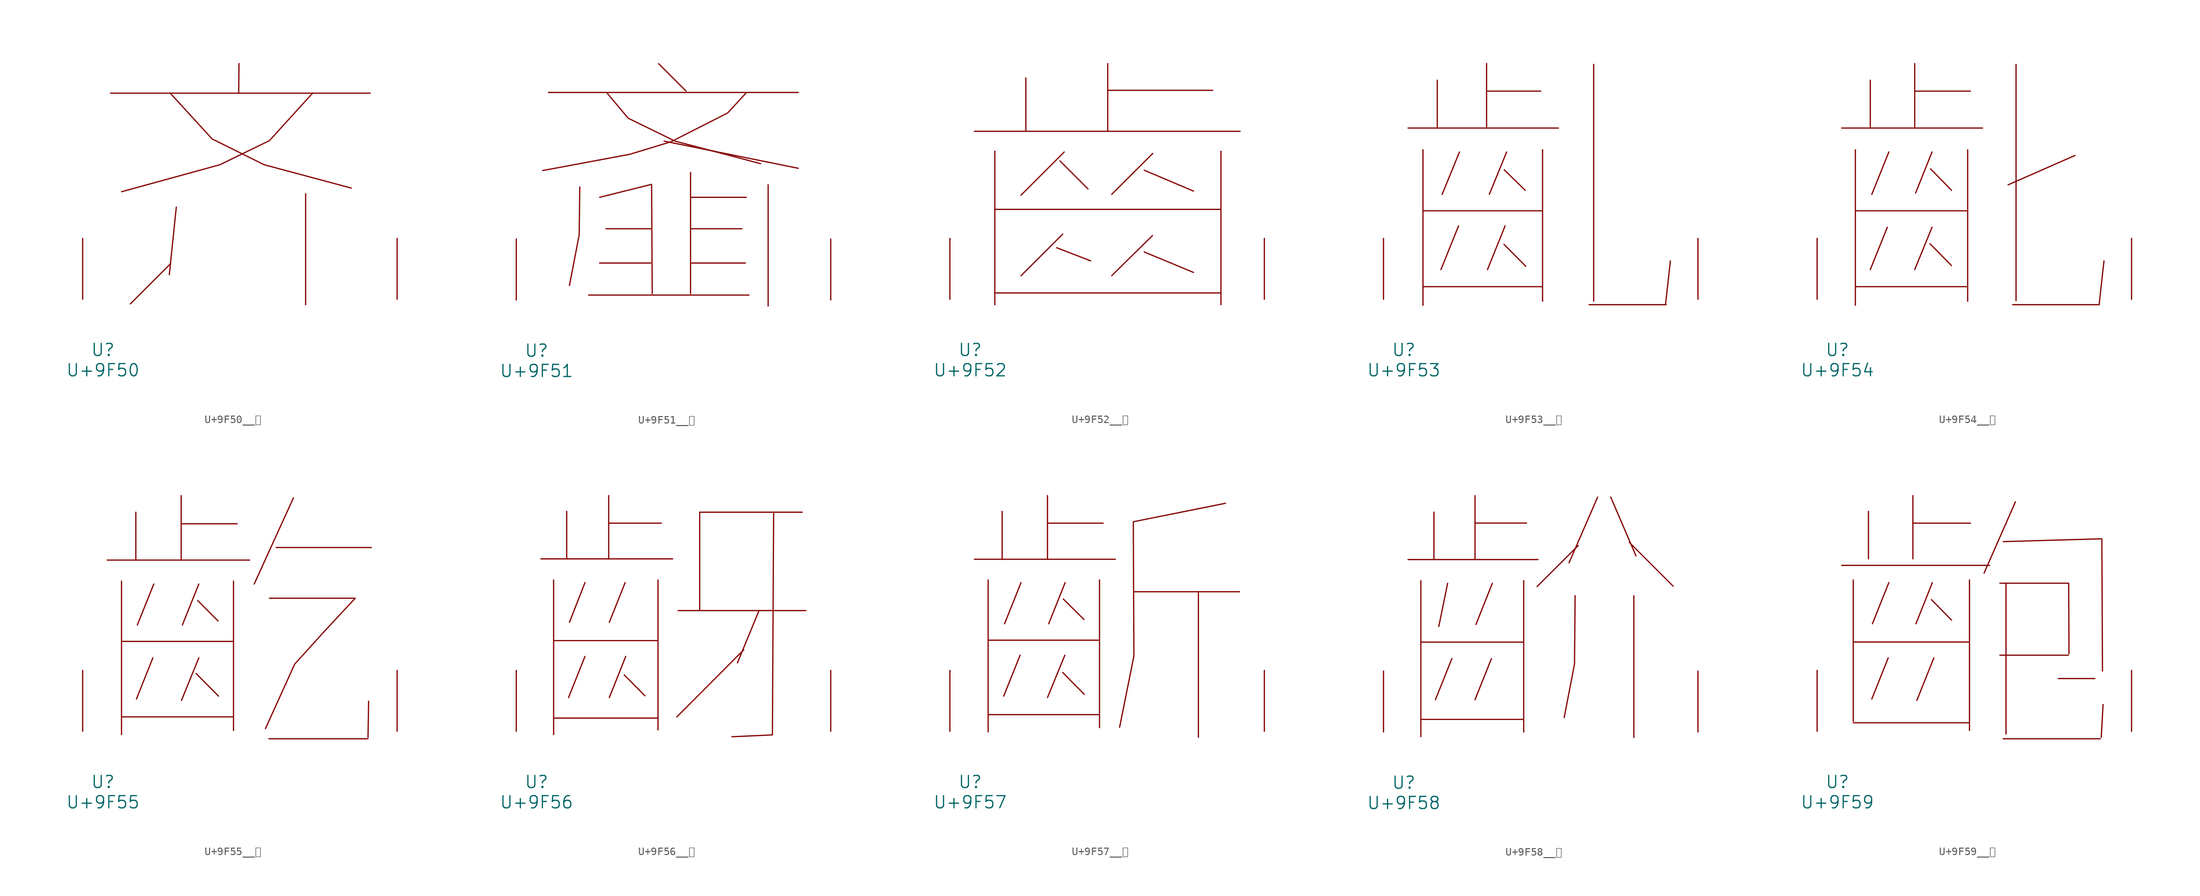
<source format=kicad_sym>
(kicad_symbol_lib
  (version 20231120)
  (generator "kicad_symbol_editor")
  (generator_version "8.0")
  (symbol "U+9F50__齐"
    (pin_names
      (offset 1.016))
    (property "Reference" "U"
      (at 0 -6.35 0)
      (effects (font (size 1.524 1.524))))
    (property "Value" "U+9F50"
      (at 0 -8.89 0)
      (effects (font (size 1.524 1.524))))
    (symbol "U+9F50__齐_0_1"
      (polyline (pts (xy 0.953 25.806) (xy 33.452 25.806)) (stroke (width 0) (type solid)) (fill (type none)))
      (polyline (pts (xy 8.458 4.445) (xy 3.429 -0.584)) (stroke (width 0) (type solid)) (fill (type none)))
      (polyline (pts (xy 9.182 11.532) (xy 8.306 3.073)) (stroke (width 0) (type solid)) (fill (type none)))
      (polyline (pts (xy 17.031 29.515) (xy 16.993 25.806)) (stroke (width 0) (type solid)) (fill (type none)))
      (polyline (pts (xy 25.375 13.208) (xy 25.375 -0.686)) (stroke (width 0) (type solid)) (fill (type none)))
      (polyline (pts (xy 8.42 25.806) (xy 13.678 20.066) (xy 20.193 16.84) (xy 31.09 13.919)) (stroke (width 0) (type solid)) (fill (type none)))
      (polyline (pts (xy 26.251 25.806) (xy 20.841 19.863) (xy 14.63 16.84) (xy 2.324 13.462)) (stroke (width 0) (type solid)) (fill (type none)))
      (pin input line (at -2.54 0 90) (length 7.62) (name "~" (effects (font (size 1.27 1.27)))) (number "~" (effects (font (size 1.27 1.27)))))
      (pin input line (at 36.83 0 90) (length 7.62) (name "~" (effects (font (size 1.27 1.27)))) (number "~" (effects (font (size 1.27 1.27)))))))
  (symbol "U+9F51__齑"
    (pin_names
      (offset 1.016))
    (property "Reference" "U"
      (at 0 -6.35 0)
      (effects (font (size 1.524 1.524))))
    (property "Value" "U+9F51"
      (at 0 -8.89 0)
      (effects (font (size 1.524 1.524))))
    (symbol "U+9F51__齑_0_1"
      (polyline (pts (xy 1.486 25.984) (xy 32.766 25.984)) (stroke (width 0) (type solid)) (fill (type none)))
      (polyline (pts (xy 6.515 0.61) (xy 26.594 0.61)) (stroke (width 0) (type solid)) (fill (type none)))
      (polyline (pts (xy 7.887 4.623) (xy 14.287 4.623)) (stroke (width 0) (type solid)) (fill (type none)))
      (polyline (pts (xy 8.687 8.915) (xy 14.287 8.915)) (stroke (width 0) (type solid)) (fill (type none)))
      (polyline (pts (xy 15.278 29.591) (xy 18.707 26.162)) (stroke (width 0) (type solid)) (fill (type none)))
      (polyline (pts (xy 15.964 19.888) (xy 32.766 16.485)) (stroke (width 0) (type solid)) (fill (type none)))
      (polyline (pts (xy 19.279 4.623) (xy 26.137 4.623)) (stroke (width 0) (type solid)) (fill (type none)))
      (polyline (pts (xy 19.279 8.915) (xy 25.718 8.915)) (stroke (width 0) (type solid)) (fill (type none)))
      (polyline (pts (xy 19.279 12.852) (xy 26.251 12.852)) (stroke (width 0) (type solid)) (fill (type none)))
      (polyline (pts (xy 19.279 15.977) (xy 19.279 0.787)) (stroke (width 0) (type solid)) (fill (type none)))
      (polyline (pts (xy 28.994 14.427) (xy 28.994 -0.762)) (stroke (width 0) (type solid)) (fill (type none)))
      (polyline (pts (xy 5.41 14.148) (xy 5.334 8.153) (xy 4.115 1.803)) (stroke (width 0) (type solid)) (fill (type none)))
      (polyline (pts (xy 7.887 12.852) (xy 14.402 14.478) (xy 14.478 0.787)) (stroke (width 0) (type solid)) (fill (type none)))
      (polyline (pts (xy 8.763 25.984) (xy 11.468 22.758) (xy 17.335 19.888) (xy 28.042 17.069)) (stroke (width 0) (type solid)) (fill (type none)))
      (polyline (pts (xy 26.289 25.984) (xy 23.927 23.419) (xy 16.84 19.812) (xy 11.659 18.237) (xy 0.762 16.205)) (stroke (width 0) (type solid)) (fill (type none)))
      (pin input line (at -2.54 0 90) (length 7.62) (name "~" (effects (font (size 1.27 1.27)))) (number "~" (effects (font (size 1.27 1.27)))))
      (pin input line (at 36.83 0 90) (length 7.62) (name "~" (effects (font (size 1.27 1.27)))) (number "~" (effects (font (size 1.27 1.27)))))))
  (symbol "U+9F52__齒"
    (pin_names
      (offset 1.016))
    (property "Reference" "U"
      (at 0 -6.35 0)
      (effects (font (size 1.524 1.524))))
    (property "Value" "U+9F52"
      (at 0 -8.89 0)
      (effects (font (size 1.524 1.524))))
    (symbol "U+9F52__齒_0_1"
      (polyline (pts (xy 0.533 21.031) (xy 33.795 21.031)) (stroke (width 0) (type solid)) (fill (type none)))
      (polyline (pts (xy 3.086 0.787) (xy 31.394 0.787)) (stroke (width 0) (type solid)) (fill (type none)))
      (polyline (pts (xy 3.086 11.252) (xy 31.394 11.252)) (stroke (width 0) (type solid)) (fill (type none)))
      (polyline (pts (xy 3.086 18.542) (xy 3.086 -0.686)) (stroke (width 0) (type solid)) (fill (type none)))
      (polyline (pts (xy 6.972 27.711) (xy 6.972 21.133)) (stroke (width 0) (type solid)) (fill (type none)))
      (polyline (pts (xy 10.82 6.452) (xy 15.088 4.801)) (stroke (width 0) (type solid)) (fill (type none)))
      (polyline (pts (xy 11.239 17.323) (xy 14.745 13.818)) (stroke (width 0) (type solid)) (fill (type none)))
      (polyline (pts (xy 11.582 8.153) (xy 6.363 2.946)) (stroke (width 0) (type solid)) (fill (type none)))
      (polyline (pts (xy 11.773 18.44) (xy 6.363 13.03)) (stroke (width 0) (type solid)) (fill (type none)))
      (polyline (pts (xy 17.221 26.162) (xy 30.366 26.162)) (stroke (width 0) (type solid)) (fill (type none)))
      (polyline (pts (xy 17.221 29.515) (xy 17.221 21.133)) (stroke (width 0) (type solid)) (fill (type none)))
      (polyline (pts (xy 21.793 5.918) (xy 27.965 3.353)) (stroke (width 0) (type solid)) (fill (type none)))
      (polyline (pts (xy 21.793 16.154) (xy 27.965 13.538)) (stroke (width 0) (type solid)) (fill (type none)))
      (polyline (pts (xy 22.822 7.976) (xy 17.716 2.946)) (stroke (width 0) (type solid)) (fill (type none)))
      (polyline (pts (xy 22.86 18.263) (xy 17.716 13.132)) (stroke (width 0) (type solid)) (fill (type none)))
      (polyline (pts (xy 31.394 18.542) (xy 31.394 -0.686)) (stroke (width 0) (type solid)) (fill (type none)))
      (pin input line (at -2.54 0 90) (length 7.62) (name "~" (effects (font (size 1.27 1.27)))) (number "~" (effects (font (size 1.27 1.27)))))
      (pin input line (at 36.83 0 90) (length 7.62) (name "~" (effects (font (size 1.27 1.27)))) (number "~" (effects (font (size 1.27 1.27)))))))
  (symbol "U+9F53__齓"
    (pin_names
      (offset 1.016))
    (property "Reference" "U"
      (at 0 -6.35 0)
      (effects (font (size 1.524 1.524))))
    (property "Value" "U+9F53"
      (at 0 -8.89 0)
      (effects (font (size 1.524 1.524))))
    (symbol "U+9F53__齓_0_1"
      (polyline (pts (xy 0.533 21.438) (xy 19.355 21.438)) (stroke (width 0) (type solid)) (fill (type none)))
      (polyline (pts (xy 2.4 1.575) (xy 17.374 1.575)) (stroke (width 0) (type solid)) (fill (type none)))
      (polyline (pts (xy 2.4 11.074) (xy 17.374 11.074)) (stroke (width 0) (type solid)) (fill (type none)))
      (polyline (pts (xy 2.4 18.72) (xy 2.4 -0.762)) (stroke (width 0) (type solid)) (fill (type none)))
      (polyline (pts (xy 4.191 27.432) (xy 4.191 21.438)) (stroke (width 0) (type solid)) (fill (type none)))
      (polyline (pts (xy 6.858 9.195) (xy 4.648 3.708)) (stroke (width 0) (type solid)) (fill (type none)))
      (polyline (pts (xy 6.972 18.44) (xy 4.801 13.132)) (stroke (width 0) (type solid)) (fill (type none)))
      (polyline (pts (xy 10.363 26.06) (xy 17.145 26.06)) (stroke (width 0) (type solid)) (fill (type none)))
      (polyline (pts (xy 10.363 29.515) (xy 10.363 21.438)) (stroke (width 0) (type solid)) (fill (type none)))
      (polyline (pts (xy 12.535 6.883) (xy 15.278 4.115)) (stroke (width 0) (type solid)) (fill (type none)))
      (polyline (pts (xy 12.573 16.205) (xy 15.202 13.64)) (stroke (width 0) (type solid)) (fill (type none)))
      (polyline (pts (xy 12.687 9.195) (xy 10.477 3.708)) (stroke (width 0) (type solid)) (fill (type none)))
      (polyline (pts (xy 12.878 18.44) (xy 10.706 13.132)) (stroke (width 0) (type solid)) (fill (type none)))
      (polyline (pts (xy 17.374 18.72) (xy 17.374 -0.254)) (stroke (width 0) (type solid)) (fill (type none)))
      (polyline (pts (xy 23.203 -0.686) (xy 32.842 -0.686)) (stroke (width 0) (type solid)) (fill (type none)))
      (polyline (pts (xy 23.774 29.413) (xy 23.774 -0.254)) (stroke (width 0) (type solid)) (fill (type none)))
      (polyline (pts (xy 33.376 4.801) (xy 32.766 -0.686)) (stroke (width 0) (type solid)) (fill (type none)))
      (pin input line (at -2.54 0 90) (length 7.62) (name "~" (effects (font (size 1.27 1.27)))) (number "~" (effects (font (size 1.27 1.27)))))
      (pin input line (at 36.83 0 90) (length 7.62) (name "~" (effects (font (size 1.27 1.27)))) (number "~" (effects (font (size 1.27 1.27)))))))
  (symbol "U+9F54__齔"
    (pin_names
      (offset 1.016))
    (property "Reference" "U"
      (at 0 -6.35 0)
      (effects (font (size 1.524 1.524))))
    (property "Value" "U+9F54"
      (at 0 -8.89 0)
      (effects (font (size 1.524 1.524))))
    (symbol "U+9F54__齔_0_1"
      (polyline (pts (xy 0.533 21.438) (xy 18.174 21.438)) (stroke (width 0) (type solid)) (fill (type none)))
      (polyline (pts (xy 2.248 1.575) (xy 16.192 1.575)) (stroke (width 0) (type solid)) (fill (type none)))
      (polyline (pts (xy 2.248 11.074) (xy 16.192 11.074)) (stroke (width 0) (type solid)) (fill (type none)))
      (polyline (pts (xy 2.248 18.72) (xy 2.248 -0.762)) (stroke (width 0) (type solid)) (fill (type none)))
      (polyline (pts (xy 4.115 27.432) (xy 4.115 21.438)) (stroke (width 0) (type solid)) (fill (type none)))
      (polyline (pts (xy 6.248 9.017) (xy 4.115 3.708)) (stroke (width 0) (type solid)) (fill (type none)))
      (polyline (pts (xy 6.439 18.44) (xy 4.305 13.132)) (stroke (width 0) (type solid)) (fill (type none)))
      (polyline (pts (xy 9.677 26.06) (xy 16.65 26.06)) (stroke (width 0) (type solid)) (fill (type none)))
      (polyline (pts (xy 9.677 29.515) (xy 9.677 21.438)) (stroke (width 0) (type solid)) (fill (type none)))
      (polyline (pts (xy 11.582 6.96) (xy 14.287 4.216)) (stroke (width 0) (type solid)) (fill (type none)))
      (polyline (pts (xy 11.659 16.332) (xy 14.287 13.64)) (stroke (width 0) (type solid)) (fill (type none)))
      (polyline (pts (xy 11.849 9.017) (xy 9.677 3.708)) (stroke (width 0) (type solid)) (fill (type none)))
      (polyline (pts (xy 11.849 18.44) (xy 9.792 13.31)) (stroke (width 0) (type solid)) (fill (type none)))
      (polyline (pts (xy 16.307 18.72) (xy 16.307 -0.254)) (stroke (width 0) (type solid)) (fill (type none)))
      (polyline (pts (xy 21.946 -0.686) (xy 32.766 -0.686)) (stroke (width 0) (type solid)) (fill (type none)))
      (polyline (pts (xy 22.365 29.413) (xy 22.365 -0.178)) (stroke (width 0) (type solid)) (fill (type none)))
      (polyline (pts (xy 29.756 18.009) (xy 21.374 14.326)) (stroke (width 0) (type solid)) (fill (type none)))
      (polyline (pts (xy 33.376 4.801) (xy 32.766 -0.686)) (stroke (width 0) (type solid)) (fill (type none)))
      (pin input line (at -2.54 0 90) (length 7.62) (name "~" (effects (font (size 1.27 1.27)))) (number "~" (effects (font (size 1.27 1.27)))))
      (pin input line (at 36.83 0 90) (length 7.62) (name "~" (effects (font (size 1.27 1.27)))) (number "~" (effects (font (size 1.27 1.27)))))))
  (symbol "U+9F55__齕"
    (pin_names
      (offset 1.016))
    (property "Reference" "U"
      (at 0 -6.35 0)
      (effects (font (size 1.524 1.524))))
    (property "Value" "U+9F55"
      (at 0 -8.89 0)
      (effects (font (size 1.524 1.524))))
    (symbol "U+9F55__齕_0_1"
      (polyline (pts (xy 0.533 21.438) (xy 18.364 21.438)) (stroke (width 0) (type solid)) (fill (type none)))
      (polyline (pts (xy 2.324 1.803) (xy 16.345 1.803)) (stroke (width 0) (type solid)) (fill (type none)))
      (polyline (pts (xy 2.324 11.252) (xy 16.345 11.252)) (stroke (width 0) (type solid)) (fill (type none)))
      (polyline (pts (xy 2.324 18.796) (xy 2.324 -0.406)) (stroke (width 0) (type solid)) (fill (type none)))
      (polyline (pts (xy 4.115 27.432) (xy 4.115 21.539)) (stroke (width 0) (type solid)) (fill (type none)))
      (polyline (pts (xy 6.248 9.195) (xy 4.191 4.039)) (stroke (width 0) (type solid)) (fill (type none)))
      (polyline (pts (xy 6.363 18.44) (xy 4.305 13.31)) (stroke (width 0) (type solid)) (fill (type none)))
      (polyline (pts (xy 9.792 25.984) (xy 16.802 25.984)) (stroke (width 0) (type solid)) (fill (type none)))
      (polyline (pts (xy 9.792 29.515) (xy 9.792 21.539)) (stroke (width 0) (type solid)) (fill (type none)))
      (polyline (pts (xy 11.659 7.239) (xy 14.478 4.394)) (stroke (width 0) (type solid)) (fill (type none)))
      (polyline (pts (xy 11.849 16.383) (xy 14.402 13.818)) (stroke (width 0) (type solid)) (fill (type none)))
      (polyline (pts (xy 12.002 9.195) (xy 9.83 3.861)) (stroke (width 0) (type solid)) (fill (type none)))
      (polyline (pts (xy 12.002 18.44) (xy 9.944 13.31)) (stroke (width 0) (type solid)) (fill (type none)))
      (polyline (pts (xy 16.345 18.796) (xy 16.345 0.102)) (stroke (width 0) (type solid)) (fill (type none)))
      (polyline (pts (xy 20.765 -0.94) (xy 33.185 -0.94)) (stroke (width 0) (type solid)) (fill (type none)))
      (polyline (pts (xy 21.679 23.012) (xy 33.604 23.012)) (stroke (width 0) (type solid)) (fill (type none)))
      (polyline (pts (xy 23.851 29.235) (xy 18.936 18.44)) (stroke (width 0) (type solid)) (fill (type none)))
      (polyline (pts (xy 33.261 3.759) (xy 33.185 -0.762)) (stroke (width 0) (type solid)) (fill (type none)))
      (polyline (pts (xy 20.841 16.662) (xy 31.585 16.662) (xy 27.661 12.446) (xy 24.003 8.407) (xy 20.345 0.33)) (stroke (width 0) (type solid)) (fill (type none)))
      (pin input line (at -2.54 0 90) (length 7.62) (name "~" (effects (font (size 1.27 1.27)))) (number "~" (effects (font (size 1.27 1.27)))))
      (pin input line (at 36.83 0 90) (length 7.62) (name "~" (effects (font (size 1.27 1.27)))) (number "~" (effects (font (size 1.27 1.27)))))))
  (symbol "U+9F56__齖"
    (pin_names
      (offset 1.016))
    (property "Reference" "U"
      (at 0 -6.35 0)
      (effects (font (size 1.524 1.524))))
    (property "Value" "U+9F56"
      (at 0 -8.89 0)
      (effects (font (size 1.524 1.524))))
    (symbol "U+9F56__齖_0_1"
      (polyline (pts (xy 0.533 21.59) (xy 17.031 21.59)) (stroke (width 0) (type solid)) (fill (type none)))
      (polyline (pts (xy 2.134 1.651) (xy 15.202 1.651)) (stroke (width 0) (type solid)) (fill (type none)))
      (polyline (pts (xy 2.134 11.354) (xy 15.202 11.354)) (stroke (width 0) (type solid)) (fill (type none)))
      (polyline (pts (xy 2.134 18.948) (xy 2.134 -0.406)) (stroke (width 0) (type solid)) (fill (type none)))
      (polyline (pts (xy 3.772 27.534) (xy 3.772 21.59)) (stroke (width 0) (type solid)) (fill (type none)))
      (polyline (pts (xy 6.058 9.373) (xy 4 4.216)) (stroke (width 0) (type solid)) (fill (type none)))
      (polyline (pts (xy 6.058 18.618) (xy 4.115 13.64)) (stroke (width 0) (type solid)) (fill (type none)))
      (polyline (pts (xy 9.03 26.06) (xy 15.621 26.06)) (stroke (width 0) (type solid)) (fill (type none)))
      (polyline (pts (xy 9.03 29.515) (xy 9.03 21.59)) (stroke (width 0) (type solid)) (fill (type none)))
      (polyline (pts (xy 10.973 7.061) (xy 13.564 4.445)) (stroke (width 0) (type solid)) (fill (type none)))
      (polyline (pts (xy 11.087 18.618) (xy 9.106 13.64)) (stroke (width 0) (type solid)) (fill (type none)))
      (polyline (pts (xy 11.163 9.373) (xy 9.106 4.216)) (stroke (width 0) (type solid)) (fill (type none)))
      (polyline (pts (xy 15.202 18.948) (xy 15.202 0.178)) (stroke (width 0) (type solid)) (fill (type none)))
      (polyline (pts (xy 17.716 15.113) (xy 33.718 15.113)) (stroke (width 0) (type solid)) (fill (type none)))
      (polyline (pts (xy 20.422 27.432) (xy 20.422 15.113)) (stroke (width 0) (type solid)) (fill (type none)))
      (polyline (pts (xy 20.422 27.432) (xy 33.261 27.432)) (stroke (width 0) (type solid)) (fill (type none)))
      (polyline (pts (xy 25.946 10.211) (xy 17.564 1.803)) (stroke (width 0) (type solid)) (fill (type none)))
      (polyline (pts (xy 27.851 15.113) (xy 25.146 8.56)) (stroke (width 0) (type solid)) (fill (type none)))
      (polyline (pts (xy 29.68 27.432) (xy 29.527 -0.457) (xy 24.46 -0.686)) (stroke (width 0) (type solid)) (fill (type none)))
      (pin input line (at -2.54 0 90) (length 7.62) (name "~" (effects (font (size 1.27 1.27)))) (number "~" (effects (font (size 1.27 1.27)))))
      (pin input line (at 36.83 0 90) (length 7.62) (name "~" (effects (font (size 1.27 1.27)))) (number "~" (effects (font (size 1.27 1.27)))))))
  (symbol "U+9F57__齗"
    (pin_names
      (offset 1.016))
    (property "Reference" "U"
      (at 0 -6.35 0)
      (effects (font (size 1.524 1.524))))
    (property "Value" "U+9F57"
      (at 0 -8.89 0)
      (effects (font (size 1.524 1.524))))
    (symbol "U+9F57__齗_0_1"
      (polyline (pts (xy 0.533 21.539) (xy 18.174 21.539)) (stroke (width 0) (type solid)) (fill (type none)))
      (polyline (pts (xy 2.248 2.083) (xy 16.116 2.083)) (stroke (width 0) (type solid)) (fill (type none)))
      (polyline (pts (xy 2.248 11.405) (xy 16.116 11.405)) (stroke (width 0) (type solid)) (fill (type none)))
      (polyline (pts (xy 2.248 18.948) (xy 2.248 -0.076)) (stroke (width 0) (type solid)) (fill (type none)))
      (polyline (pts (xy 4 27.534) (xy 4 21.59)) (stroke (width 0) (type solid)) (fill (type none)))
      (polyline (pts (xy 6.248 9.525) (xy 4.191 4.394)) (stroke (width 0) (type solid)) (fill (type none)))
      (polyline (pts (xy 6.363 18.618) (xy 4.305 13.462)) (stroke (width 0) (type solid)) (fill (type none)))
      (polyline (pts (xy 9.677 26.06) (xy 16.65 26.06)) (stroke (width 0) (type solid)) (fill (type none)))
      (polyline (pts (xy 9.677 29.515) (xy 9.677 21.59)) (stroke (width 0) (type solid)) (fill (type none)))
      (polyline (pts (xy 11.582 7.366) (xy 14.287 4.623)) (stroke (width 0) (type solid)) (fill (type none)))
      (polyline (pts (xy 11.659 16.561) (xy 14.249 13.995)) (stroke (width 0) (type solid)) (fill (type none)))
      (polyline (pts (xy 11.849 9.525) (xy 9.677 4.216)) (stroke (width 0) (type solid)) (fill (type none)))
      (polyline (pts (xy 11.887 18.618) (xy 9.83 13.462)) (stroke (width 0) (type solid)) (fill (type none)))
      (polyline (pts (xy 16.192 18.948) (xy 16.192 0.457)) (stroke (width 0) (type solid)) (fill (type none)))
      (polyline (pts (xy 20.574 17.475) (xy 33.718 17.475)) (stroke (width 0) (type solid)) (fill (type none)))
      (polyline (pts (xy 28.575 17.475) (xy 28.575 -0.762)) (stroke (width 0) (type solid)) (fill (type none)))
      (polyline (pts (xy 31.966 28.55) (xy 20.422 26.238) (xy 20.498 9.423) (xy 18.707 0.508)) (stroke (width 0) (type solid)) (fill (type none)))
      (pin input line (at -2.54 0 90) (length 7.62) (name "~" (effects (font (size 1.27 1.27)))) (number "~" (effects (font (size 1.27 1.27)))))
      (pin input line (at 36.83 0 90) (length 7.62) (name "~" (effects (font (size 1.27 1.27)))) (number "~" (effects (font (size 1.27 1.27)))))))
  (symbol "U+9F58__齘"
    (pin_names
      (offset 1.016))
    (property "Reference" "U"
      (at 0 -6.35 0)
      (effects (font (size 1.524 1.524))))
    (property "Value" "U+9F58"
      (at 0 -8.89 0)
      (effects (font (size 1.524 1.524))))
    (symbol "U+9F58__齘_0_1"
      (polyline (pts (xy 0.533 21.59) (xy 16.802 21.59)) (stroke (width 0) (type solid)) (fill (type none)))
      (polyline (pts (xy 2.134 1.575) (xy 14.935 1.575)) (stroke (width 0) (type solid)) (fill (type none)))
      (polyline (pts (xy 2.134 11.252) (xy 14.935 11.252)) (stroke (width 0) (type solid)) (fill (type none)))
      (polyline (pts (xy 2.134 18.948) (xy 2.134 -0.584)) (stroke (width 0) (type solid)) (fill (type none)))
      (polyline (pts (xy 3.772 27.534) (xy 3.772 21.59)) (stroke (width 0) (type solid)) (fill (type none)))
      (polyline (pts (xy 5.486 18.618) (xy 4.381 13.208)) (stroke (width 0) (type solid)) (fill (type none)))
      (polyline (pts (xy 6.02 9.195) (xy 3.962 4.039)) (stroke (width 0) (type solid)) (fill (type none)))
      (polyline (pts (xy 8.915 26.162) (xy 15.354 26.162)) (stroke (width 0) (type solid)) (fill (type none)))
      (polyline (pts (xy 8.915 29.591) (xy 8.915 21.59)) (stroke (width 0) (type solid)) (fill (type none)))
      (polyline (pts (xy 10.973 9.195) (xy 8.915 4.039)) (stroke (width 0) (type solid)) (fill (type none)))
      (polyline (pts (xy 11.087 18.618) (xy 9.03 13.462)) (stroke (width 0) (type solid)) (fill (type none)))
      (polyline (pts (xy 15.011 18.948) (xy 15.011 0)) (stroke (width 0) (type solid)) (fill (type none)))
      (polyline (pts (xy 21.831 23.343) (xy 16.688 18.212)) (stroke (width 0) (type solid)) (fill (type none)))
      (polyline (pts (xy 24.27 29.413) (xy 20.688 21.184)) (stroke (width 0) (type solid)) (fill (type none)))
      (polyline (pts (xy 25.908 29.413) (xy 29.07 22.047)) (stroke (width 0) (type solid)) (fill (type none)))
      (polyline (pts (xy 28.232 23.749) (xy 33.718 18.263)) (stroke (width 0) (type solid)) (fill (type none)))
      (polyline (pts (xy 28.804 17.069) (xy 28.804 -0.686)) (stroke (width 0) (type solid)) (fill (type none)))
      (polyline (pts (xy 21.45 17.069) (xy 21.374 8.509) (xy 20.079 1.803)) (stroke (width 0) (type solid)) (fill (type none)))
      (pin input line (at -2.54 0 90) (length 7.62) (name "~" (effects (font (size 1.27 1.27)))) (number "~" (effects (font (size 1.27 1.27)))))
      (pin input line (at 36.83 0 90) (length 7.62) (name "~" (effects (font (size 1.27 1.27)))) (number "~" (effects (font (size 1.27 1.27)))))))
  (symbol "U+9F59__齙"
    (pin_names
      (offset 1.016))
    (property "Reference" "U"
      (at 0 -6.35 0)
      (effects (font (size 1.524 1.524))))
    (property "Value" "U+9F59"
      (at 0 -8.89 0)
      (effects (font (size 1.524 1.524))))
    (symbol "U+9F59__齙_0_1"
      (polyline (pts (xy 0.533 20.777) (xy 19.05 20.777)) (stroke (width 0) (type solid)) (fill (type none)))
      (polyline (pts (xy 1.981 1.067) (xy 16.459 1.067)) (stroke (width 0) (type solid)) (fill (type none)))
      (polyline (pts (xy 1.981 11.176) (xy 16.459 11.176)) (stroke (width 0) (type solid)) (fill (type none)))
      (polyline (pts (xy 1.981 18.948) (xy 1.981 1.245)) (stroke (width 0) (type solid)) (fill (type none)))
      (polyline (pts (xy 3.886 27.534) (xy 3.886 21.59)) (stroke (width 0) (type solid)) (fill (type none)))
      (polyline (pts (xy 6.363 9.195) (xy 4.305 4.039)) (stroke (width 0) (type solid)) (fill (type none)))
      (polyline (pts (xy 6.439 18.618) (xy 4.381 13.462)) (stroke (width 0) (type solid)) (fill (type none)))
      (polyline (pts (xy 9.449 26.06) (xy 16.65 26.06)) (stroke (width 0) (type solid)) (fill (type none)))
      (polyline (pts (xy 9.449 29.515) (xy 9.449 21.59)) (stroke (width 0) (type solid)) (fill (type none)))
      (polyline (pts (xy 11.773 16.485) (xy 14.287 13.919)) (stroke (width 0) (type solid)) (fill (type none)))
      (polyline (pts (xy 11.887 18.618) (xy 9.83 13.462)) (stroke (width 0) (type solid)) (fill (type none)))
      (polyline (pts (xy 12.078 9.195) (xy 9.944 3.861)) (stroke (width 0) (type solid)) (fill (type none)))
      (polyline (pts (xy 16.535 18.948) (xy 16.535 0.102)) (stroke (width 0) (type solid)) (fill (type none)))
      (polyline (pts (xy 20.345 9.525) (xy 28.918 9.525)) (stroke (width 0) (type solid)) (fill (type none)))
      (polyline (pts (xy 20.765 -0.94) (xy 32.918 -0.94)) (stroke (width 0) (type solid)) (fill (type none)))
      (polyline (pts (xy 21.107 18.542) (xy 21.107 -0.356)) (stroke (width 0) (type solid)) (fill (type none)))
      (polyline (pts (xy 22.288 28.727) (xy 18.364 19.812)) (stroke (width 0) (type solid)) (fill (type none)))
      (polyline (pts (xy 27.661 6.604) (xy 32.233 6.604)) (stroke (width 0) (type solid)) (fill (type none)))
      (polyline (pts (xy 33.261 3.353) (xy 33.033 -0.762)) (stroke (width 0) (type solid)) (fill (type none)))
      (polyline (pts (xy 20.345 18.542) (xy 28.956 18.542) (xy 28.994 9.703)) (stroke (width 0) (type solid)) (fill (type none)))
      (polyline (pts (xy 20.765 23.749) (xy 33.109 24.105) (xy 33.185 7.544)) (stroke (width 0) (type solid)) (fill (type none)))
      (pin input line (at -2.54 0 90) (length 7.62) (name "~" (effects (font (size 1.27 1.27)))) (number "~" (effects (font (size 1.27 1.27)))))
      (pin input line (at 36.83 0 90) (length 7.62) (name "~" (effects (font (size 1.27 1.27)))) (number "~" (effects (font (size 1.27 1.27))))))))
</source>
